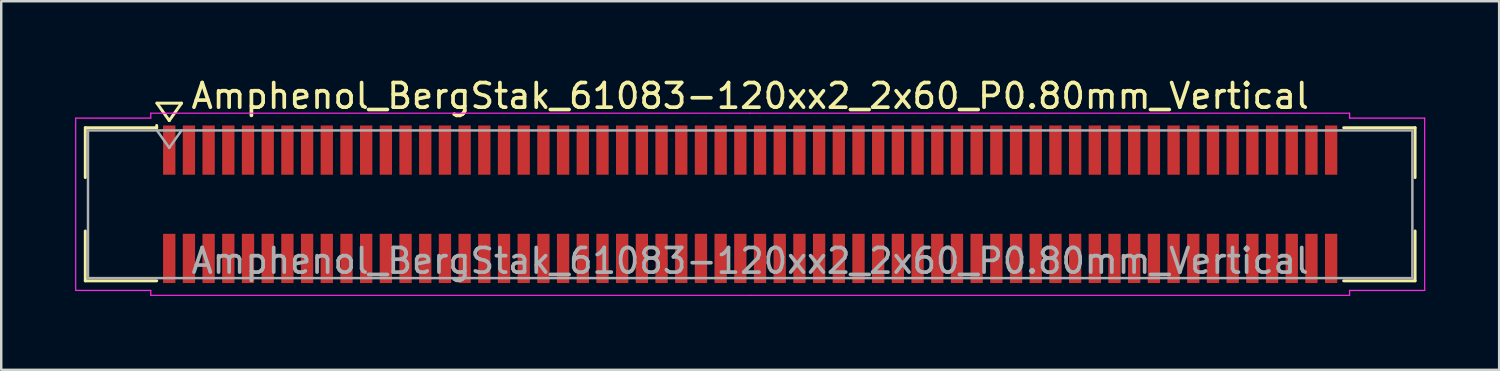
<source format=kicad_pcb>
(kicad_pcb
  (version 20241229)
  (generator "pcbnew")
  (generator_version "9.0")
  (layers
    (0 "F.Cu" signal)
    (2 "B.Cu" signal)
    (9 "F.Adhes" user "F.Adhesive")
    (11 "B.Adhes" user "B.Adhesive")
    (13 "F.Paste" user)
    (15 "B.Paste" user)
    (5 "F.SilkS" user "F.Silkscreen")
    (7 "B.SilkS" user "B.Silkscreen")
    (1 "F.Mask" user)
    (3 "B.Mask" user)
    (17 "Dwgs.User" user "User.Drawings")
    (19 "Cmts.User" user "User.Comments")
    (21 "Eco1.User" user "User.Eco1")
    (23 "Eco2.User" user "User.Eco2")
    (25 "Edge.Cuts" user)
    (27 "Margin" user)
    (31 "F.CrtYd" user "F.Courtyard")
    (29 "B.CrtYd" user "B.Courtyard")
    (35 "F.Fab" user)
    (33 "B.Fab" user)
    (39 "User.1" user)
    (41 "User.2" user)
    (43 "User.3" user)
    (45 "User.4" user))
  (footprint "Amphenol_BergStak_61083-120xx2_2x60_P0.80mm_Vertical"
    (layer "F.Cu")
    (at 27.425 5.248)
    (property "Reference" "Amphenol_BergStak_61083-120xx2_2x60_P0.80mm_Vertical" (at 0 -4.4 0) (layer "F.SilkS") (effects (font (size 1 1) (thickness 0.15))))
    (attr smd)
    (fp_line (start -27.01 -3.11) (end -24.11 -3.11) (stroke (width 0.12) (type solid)) (layer "F.SilkS"))
    (fp_line (start -27.01 -1.085) (end -27.01 -3.11) (stroke (width 0.12) (type solid)) (layer "F.SilkS"))
    (fp_line (start -27.01 1.085) (end -27.01 3.11) (stroke (width 0.12) (type solid)) (layer "F.SilkS"))
    (fp_line (start -27.01 3.11) (end -24.11 3.11) (stroke (width 0.12) (type solid)) (layer "F.SilkS"))
    (fp_line (start -24.11 -3.11) (end -24.11 -3.2) (stroke (width 0.12) (type solid)) (layer "F.SilkS"))
    (fp_line (start -24.1 -4.107) (end -23.6 -3.4) (stroke (width 0.12) (type solid)) (layer "F.SilkS"))
    (fp_line (start -23.6 -3.4) (end -23.1 -4.107) (stroke (width 0.12) (type solid)) (layer "F.SilkS"))
    (fp_line (start -23.1 -4.107) (end -24.1 -4.107) (stroke (width 0.12) (type solid)) (layer "F.SilkS"))
    (fp_line (start 27.01 -3.11) (end 24.11 -3.11) (stroke (width 0.12) (type solid)) (layer "F.SilkS"))
    (fp_line (start 27.01 -1.085) (end 27.01 -3.11) (stroke (width 0.12) (type solid)) (layer "F.SilkS"))
    (fp_line (start 27.01 1.085) (end 27.01 3.11) (stroke (width 0.12) (type solid)) (layer "F.SilkS"))
    (fp_line (start 27.01 3.11) (end 24.11 3.11) (stroke (width 0.12) (type solid)) (layer "F.SilkS"))
    (fp_line (start -27.4 -3.5) (end -27.4 3.5) (stroke (width 0.05) (type solid)) (layer "F.CrtYd"))
    (fp_line (start -27.4 3.5) (end -24.35 3.5) (stroke (width 0.05) (type solid)) (layer "F.CrtYd"))
    (fp_line (start -24.35 -3.7) (end -24.35 -3.5) (stroke (width 0.05) (type solid)) (layer "F.CrtYd"))
    (fp_line (start -24.35 -3.5) (end -27.4 -3.5) (stroke (width 0.05) (type solid)) (layer "F.CrtYd"))
    (fp_line (start -24.35 3.5) (end -24.35 3.7) (stroke (width 0.05) (type solid)) (layer "F.CrtYd"))
    (fp_line (start -24.35 3.7) (end 0 3.7) (stroke (width 0.05) (type solid)) (layer "F.CrtYd"))
    (fp_line (start 0 -3.7) (end -24.35 -3.7) (stroke (width 0.05) (type solid)) (layer "F.CrtYd"))
    (fp_line (start 0 -3.7) (end 24.35 -3.7) (stroke (width 0.05) (type solid)) (layer "F.CrtYd"))
    (fp_line (start 24.35 -3.7) (end 24.35 -3.5) (stroke (width 0.05) (type solid)) (layer "F.CrtYd"))
    (fp_line (start 24.35 -3.5) (end 27.4 -3.5) (stroke (width 0.05) (type solid)) (layer "F.CrtYd"))
    (fp_line (start 24.35 3.5) (end 24.35 3.7) (stroke (width 0.05) (type solid)) (layer "F.CrtYd"))
    (fp_line (start 24.35 3.7) (end 0 3.7) (stroke (width 0.05) (type solid)) (layer "F.CrtYd"))
    (fp_line (start 27.4 -3.5) (end 27.4 3.5) (stroke (width 0.05) (type solid)) (layer "F.CrtYd"))
    (fp_line (start 27.4 3.5) (end 24.35 3.5) (stroke (width 0.05) (type solid)) (layer "F.CrtYd"))
    (fp_line (start -26.9 -3) (end -26.9 3) (stroke (width 0.1) (type solid)) (layer "F.Fab"))
    (fp_line (start -26.9 3) (end 26.9 3) (stroke (width 0.1) (type solid)) (layer "F.Fab"))
    (fp_line (start -24.1 -3) (end -23.6 -2.293) (stroke (width 0.1) (type solid)) (layer "F.Fab"))
    (fp_line (start -23.6 -2.293) (end -23.1 -3) (stroke (width 0.1) (type solid)) (layer "F.Fab"))
    (fp_line (start 26.9 -3) (end -26.9 -3) (stroke (width 0.1) (type solid)) (layer "F.Fab"))
    (fp_line (start 26.9 3) (end 26.9 -3) (stroke (width 0.1) (type solid)) (layer "F.Fab"))
    (fp_text user "${REFERENCE}" (at 0 2.3 0) (layer "F.Fab") (effects (font (size 1 1) (thickness 0.15))))
    (pad "1" smd rect (at -23.6 -2.2) (size 0.5 2) (layers "F.Cu" "F.Mask" "F.Paste"))
    (pad "2" smd rect (at -23.6 2.2) (size 0.5 2) (layers "F.Cu" "F.Mask" "F.Paste"))
    (pad "3" smd rect (at -22.8 -2.2) (size 0.5 2) (layers "F.Cu" "F.Mask" "F.Paste"))
    (pad "4" smd rect (at -22.8 2.2) (size 0.5 2) (layers "F.Cu" "F.Mask" "F.Paste"))
    (pad "5" smd rect (at -22 -2.2) (size 0.5 2) (layers "F.Cu" "F.Mask" "F.Paste"))
    (pad "6" smd rect (at -22 2.2) (size 0.5 2) (layers "F.Cu" "F.Mask" "F.Paste"))
    (pad "7" smd rect (at -21.2 -2.2) (size 0.5 2) (layers "F.Cu" "F.Mask" "F.Paste"))
    (pad "8" smd rect (at -21.2 2.2) (size 0.5 2) (layers "F.Cu" "F.Mask" "F.Paste"))
    (pad "9" smd rect (at -20.4 -2.2) (size 0.5 2) (layers "F.Cu" "F.Mask" "F.Paste"))
    (pad "10" smd rect (at -20.4 2.2) (size 0.5 2) (layers "F.Cu" "F.Mask" "F.Paste"))
    (pad "11" smd rect (at -19.6 -2.2) (size 0.5 2) (layers "F.Cu" "F.Mask" "F.Paste"))
    (pad "12" smd rect (at -19.6 2.2) (size 0.5 2) (layers "F.Cu" "F.Mask" "F.Paste"))
    (pad "13" smd rect (at -18.8 -2.2) (size 0.5 2) (layers "F.Cu" "F.Mask" "F.Paste"))
    (pad "14" smd rect (at -18.8 2.2) (size 0.5 2) (layers "F.Cu" "F.Mask" "F.Paste"))
    (pad "15" smd rect (at -18 -2.2) (size 0.5 2) (layers "F.Cu" "F.Mask" "F.Paste"))
    (pad "16" smd rect (at -18 2.2) (size 0.5 2) (layers "F.Cu" "F.Mask" "F.Paste"))
    (pad "17" smd rect (at -17.2 -2.2) (size 0.5 2) (layers "F.Cu" "F.Mask" "F.Paste"))
    (pad "18" smd rect (at -17.2 2.2) (size 0.5 2) (layers "F.Cu" "F.Mask" "F.Paste"))
    (pad "19" smd rect (at -16.4 -2.2) (size 0.5 2) (layers "F.Cu" "F.Mask" "F.Paste"))
    (pad "20" smd rect (at -16.4 2.2) (size 0.5 2) (layers "F.Cu" "F.Mask" "F.Paste"))
    (pad "21" smd rect (at -15.6 -2.2) (size 0.5 2) (layers "F.Cu" "F.Mask" "F.Paste"))
    (pad "22" smd rect (at -15.6 2.2) (size 0.5 2) (layers "F.Cu" "F.Mask" "F.Paste"))
    (pad "23" smd rect (at -14.8 -2.2) (size 0.5 2) (layers "F.Cu" "F.Mask" "F.Paste"))
    (pad "24" smd rect (at -14.8 2.2) (size 0.5 2) (layers "F.Cu" "F.Mask" "F.Paste"))
    (pad "25" smd rect (at -14 -2.2) (size 0.5 2) (layers "F.Cu" "F.Mask" "F.Paste"))
    (pad "26" smd rect (at -14 2.2) (size 0.5 2) (layers "F.Cu" "F.Mask" "F.Paste"))
    (pad "27" smd rect (at -13.2 -2.2) (size 0.5 2) (layers "F.Cu" "F.Mask" "F.Paste"))
    (pad "28" smd rect (at -13.2 2.2) (size 0.5 2) (layers "F.Cu" "F.Mask" "F.Paste"))
    (pad "29" smd rect (at -12.4 -2.2) (size 0.5 2) (layers "F.Cu" "F.Mask" "F.Paste"))
    (pad "30" smd rect (at -12.4 2.2) (size 0.5 2) (layers "F.Cu" "F.Mask" "F.Paste"))
    (pad "31" smd rect (at -11.6 -2.2) (size 0.5 2) (layers "F.Cu" "F.Mask" "F.Paste"))
    (pad "32" smd rect (at -11.6 2.2) (size 0.5 2) (layers "F.Cu" "F.Mask" "F.Paste"))
    (pad "33" smd rect (at -10.8 -2.2) (size 0.5 2) (layers "F.Cu" "F.Mask" "F.Paste"))
    (pad "34" smd rect (at -10.8 2.2) (size 0.5 2) (layers "F.Cu" "F.Mask" "F.Paste"))
    (pad "35" smd rect (at -10 -2.2) (size 0.5 2) (layers "F.Cu" "F.Mask" "F.Paste"))
    (pad "36" smd rect (at -10 2.2) (size 0.5 2) (layers "F.Cu" "F.Mask" "F.Paste"))
    (pad "37" smd rect (at -9.2 -2.2) (size 0.5 2) (layers "F.Cu" "F.Mask" "F.Paste"))
    (pad "38" smd rect (at -9.2 2.2) (size 0.5 2) (layers "F.Cu" "F.Mask" "F.Paste"))
    (pad "39" smd rect (at -8.4 -2.2) (size 0.5 2) (layers "F.Cu" "F.Mask" "F.Paste"))
    (pad "40" smd rect (at -8.4 2.2) (size 0.5 2) (layers "F.Cu" "F.Mask" "F.Paste"))
    (pad "41" smd rect (at -7.6 -2.2) (size 0.5 2) (layers "F.Cu" "F.Mask" "F.Paste"))
    (pad "42" smd rect (at -7.6 2.2) (size 0.5 2) (layers "F.Cu" "F.Mask" "F.Paste"))
    (pad "43" smd rect (at -6.8 -2.2) (size 0.5 2) (layers "F.Cu" "F.Mask" "F.Paste"))
    (pad "44" smd rect (at -6.8 2.2) (size 0.5 2) (layers "F.Cu" "F.Mask" "F.Paste"))
    (pad "45" smd rect (at -6 -2.2) (size 0.5 2) (layers "F.Cu" "F.Mask" "F.Paste"))
    (pad "46" smd rect (at -6 2.2) (size 0.5 2) (layers "F.Cu" "F.Mask" "F.Paste"))
    (pad "47" smd rect (at -5.2 -2.2) (size 0.5 2) (layers "F.Cu" "F.Mask" "F.Paste"))
    (pad "48" smd rect (at -5.2 2.2) (size 0.5 2) (layers "F.Cu" "F.Mask" "F.Paste"))
    (pad "49" smd rect (at -4.4 -2.2) (size 0.5 2) (layers "F.Cu" "F.Mask" "F.Paste"))
    (pad "50" smd rect (at -4.4 2.2) (size 0.5 2) (layers "F.Cu" "F.Mask" "F.Paste"))
    (pad "51" smd rect (at -3.6 -2.2) (size 0.5 2) (layers "F.Cu" "F.Mask" "F.Paste"))
    (pad "52" smd rect (at -3.6 2.2) (size 0.5 2) (layers "F.Cu" "F.Mask" "F.Paste"))
    (pad "53" smd rect (at -2.8 -2.2) (size 0.5 2) (layers "F.Cu" "F.Mask" "F.Paste"))
    (pad "54" smd rect (at -2.8 2.2) (size 0.5 2) (layers "F.Cu" "F.Mask" "F.Paste"))
    (pad "55" smd rect (at -2 -2.2) (size 0.5 2) (layers "F.Cu" "F.Mask" "F.Paste"))
    (pad "56" smd rect (at -2 2.2) (size 0.5 2) (layers "F.Cu" "F.Mask" "F.Paste"))
    (pad "57" smd rect (at -1.2 -2.2) (size 0.5 2) (layers "F.Cu" "F.Mask" "F.Paste"))
    (pad "58" smd rect (at -1.2 2.2) (size 0.5 2) (layers "F.Cu" "F.Mask" "F.Paste"))
    (pad "59" smd rect (at -0.4 -2.2) (size 0.5 2) (layers "F.Cu" "F.Mask" "F.Paste"))
    (pad "60" smd rect (at -0.4 2.2) (size 0.5 2) (layers "F.Cu" "F.Mask" "F.Paste"))
    (pad "61" smd rect (at 0.4 -2.2) (size 0.5 2) (layers "F.Cu" "F.Mask" "F.Paste"))
    (pad "62" smd rect (at 0.4 2.2) (size 0.5 2) (layers "F.Cu" "F.Mask" "F.Paste"))
    (pad "63" smd rect (at 1.2 -2.2) (size 0.5 2) (layers "F.Cu" "F.Mask" "F.Paste"))
    (pad "64" smd rect (at 1.2 2.2) (size 0.5 2) (layers "F.Cu" "F.Mask" "F.Paste"))
    (pad "65" smd rect (at 2 -2.2) (size 0.5 2) (layers "F.Cu" "F.Mask" "F.Paste"))
    (pad "66" smd rect (at 2 2.2) (size 0.5 2) (layers "F.Cu" "F.Mask" "F.Paste"))
    (pad "67" smd rect (at 2.8 -2.2) (size 0.5 2) (layers "F.Cu" "F.Mask" "F.Paste"))
    (pad "68" smd rect (at 2.8 2.2) (size 0.5 2) (layers "F.Cu" "F.Mask" "F.Paste"))
    (pad "69" smd rect (at 3.6 -2.2) (size 0.5 2) (layers "F.Cu" "F.Mask" "F.Paste"))
    (pad "70" smd rect (at 3.6 2.2) (size 0.5 2) (layers "F.Cu" "F.Mask" "F.Paste"))
    (pad "71" smd rect (at 4.4 -2.2) (size 0.5 2) (layers "F.Cu" "F.Mask" "F.Paste"))
    (pad "72" smd rect (at 4.4 2.2) (size 0.5 2) (layers "F.Cu" "F.Mask" "F.Paste"))
    (pad "73" smd rect (at 5.2 -2.2) (size 0.5 2) (layers "F.Cu" "F.Mask" "F.Paste"))
    (pad "74" smd rect (at 5.2 2.2) (size 0.5 2) (layers "F.Cu" "F.Mask" "F.Paste"))
    (pad "75" smd rect (at 6 -2.2) (size 0.5 2) (layers "F.Cu" "F.Mask" "F.Paste"))
    (pad "76" smd rect (at 6 2.2) (size 0.5 2) (layers "F.Cu" "F.Mask" "F.Paste"))
    (pad "77" smd rect (at 6.8 -2.2) (size 0.5 2) (layers "F.Cu" "F.Mask" "F.Paste"))
    (pad "78" smd rect (at 6.8 2.2) (size 0.5 2) (layers "F.Cu" "F.Mask" "F.Paste"))
    (pad "79" smd rect (at 7.6 -2.2) (size 0.5 2) (layers "F.Cu" "F.Mask" "F.Paste"))
    (pad "80" smd rect (at 7.6 2.2) (size 0.5 2) (layers "F.Cu" "F.Mask" "F.Paste"))
    (pad "81" smd rect (at 8.4 -2.2) (size 0.5 2) (layers "F.Cu" "F.Mask" "F.Paste"))
    (pad "82" smd rect (at 8.4 2.2) (size 0.5 2) (layers "F.Cu" "F.Mask" "F.Paste"))
    (pad "83" smd rect (at 9.2 -2.2) (size 0.5 2) (layers "F.Cu" "F.Mask" "F.Paste"))
    (pad "84" smd rect (at 9.2 2.2) (size 0.5 2) (layers "F.Cu" "F.Mask" "F.Paste"))
    (pad "85" smd rect (at 10 -2.2) (size 0.5 2) (layers "F.Cu" "F.Mask" "F.Paste"))
    (pad "86" smd rect (at 10 2.2) (size 0.5 2) (layers "F.Cu" "F.Mask" "F.Paste"))
    (pad "87" smd rect (at 10.8 -2.2) (size 0.5 2) (layers "F.Cu" "F.Mask" "F.Paste"))
    (pad "88" smd rect (at 10.8 2.2) (size 0.5 2) (layers "F.Cu" "F.Mask" "F.Paste"))
    (pad "89" smd rect (at 11.6 -2.2) (size 0.5 2) (layers "F.Cu" "F.Mask" "F.Paste"))
    (pad "90" smd rect (at 11.6 2.2) (size 0.5 2) (layers "F.Cu" "F.Mask" "F.Paste"))
    (pad "91" smd rect (at 12.4 -2.2) (size 0.5 2) (layers "F.Cu" "F.Mask" "F.Paste"))
    (pad "92" smd rect (at 12.4 2.2) (size 0.5 2) (layers "F.Cu" "F.Mask" "F.Paste"))
    (pad "93" smd rect (at 13.2 -2.2) (size 0.5 2) (layers "F.Cu" "F.Mask" "F.Paste"))
    (pad "94" smd rect (at 13.2 2.2) (size 0.5 2) (layers "F.Cu" "F.Mask" "F.Paste"))
    (pad "95" smd rect (at 14 -2.2) (size 0.5 2) (layers "F.Cu" "F.Mask" "F.Paste"))
    (pad "96" smd rect (at 14 2.2) (size 0.5 2) (layers "F.Cu" "F.Mask" "F.Paste"))
    (pad "97" smd rect (at 14.8 -2.2) (size 0.5 2) (layers "F.Cu" "F.Mask" "F.Paste"))
    (pad "98" smd rect (at 14.8 2.2) (size 0.5 2) (layers "F.Cu" "F.Mask" "F.Paste"))
    (pad "99" smd rect (at 15.6 -2.2) (size 0.5 2) (layers "F.Cu" "F.Mask" "F.Paste"))
    (pad "100" smd rect (at 15.6 2.2) (size 0.5 2) (layers "F.Cu" "F.Mask" "F.Paste"))
    (pad "101" smd rect (at 16.4 -2.2) (size 0.5 2) (layers "F.Cu" "F.Mask" "F.Paste"))
    (pad "102" smd rect (at 16.4 2.2) (size 0.5 2) (layers "F.Cu" "F.Mask" "F.Paste"))
    (pad "103" smd rect (at 17.2 -2.2) (size 0.5 2) (layers "F.Cu" "F.Mask" "F.Paste"))
    (pad "104" smd rect (at 17.2 2.2) (size 0.5 2) (layers "F.Cu" "F.Mask" "F.Paste"))
    (pad "105" smd rect (at 18 -2.2) (size 0.5 2) (layers "F.Cu" "F.Mask" "F.Paste"))
    (pad "106" smd rect (at 18 2.2) (size 0.5 2) (layers "F.Cu" "F.Mask" "F.Paste"))
    (pad "107" smd rect (at 18.8 -2.2) (size 0.5 2) (layers "F.Cu" "F.Mask" "F.Paste"))
    (pad "108" smd rect (at 18.8 2.2) (size 0.5 2) (layers "F.Cu" "F.Mask" "F.Paste"))
    (pad "109" smd rect (at 19.6 -2.2) (size 0.5 2) (layers "F.Cu" "F.Mask" "F.Paste"))
    (pad "110" smd rect (at 19.6 2.2) (size 0.5 2) (layers "F.Cu" "F.Mask" "F.Paste"))
    (pad "111" smd rect (at 20.4 -2.2) (size 0.5 2) (layers "F.Cu" "F.Mask" "F.Paste"))
    (pad "112" smd rect (at 20.4 2.2) (size 0.5 2) (layers "F.Cu" "F.Mask" "F.Paste"))
    (pad "113" smd rect (at 21.2 -2.2) (size 0.5 2) (layers "F.Cu" "F.Mask" "F.Paste"))
    (pad "114" smd rect (at 21.2 2.2) (size 0.5 2) (layers "F.Cu" "F.Mask" "F.Paste"))
    (pad "115" smd rect (at 22 -2.2) (size 0.5 2) (layers "F.Cu" "F.Mask" "F.Paste"))
    (pad "116" smd rect (at 22 2.2) (size 0.5 2) (layers "F.Cu" "F.Mask" "F.Paste"))
    (pad "117" smd rect (at 22.8 -2.2) (size 0.5 2) (layers "F.Cu" "F.Mask" "F.Paste"))
    (pad "118" smd rect (at 22.8 2.2) (size 0.5 2) (layers "F.Cu" "F.Mask" "F.Paste"))
    (pad "119" smd rect (at 23.6 -2.2) (size 0.5 2) (layers "F.Cu" "F.Mask" "F.Paste"))
    (pad "120" smd rect (at 23.6 2.2) (size 0.5 2) (layers "F.Cu" "F.Mask" "F.Paste")))
  (gr_rect
    (start -3 -3)
    (end 57.85 11.973)
    (stroke (width 0.1) (type default))
    (fill no)
    (layer "Edge.Cuts")))
</source>
